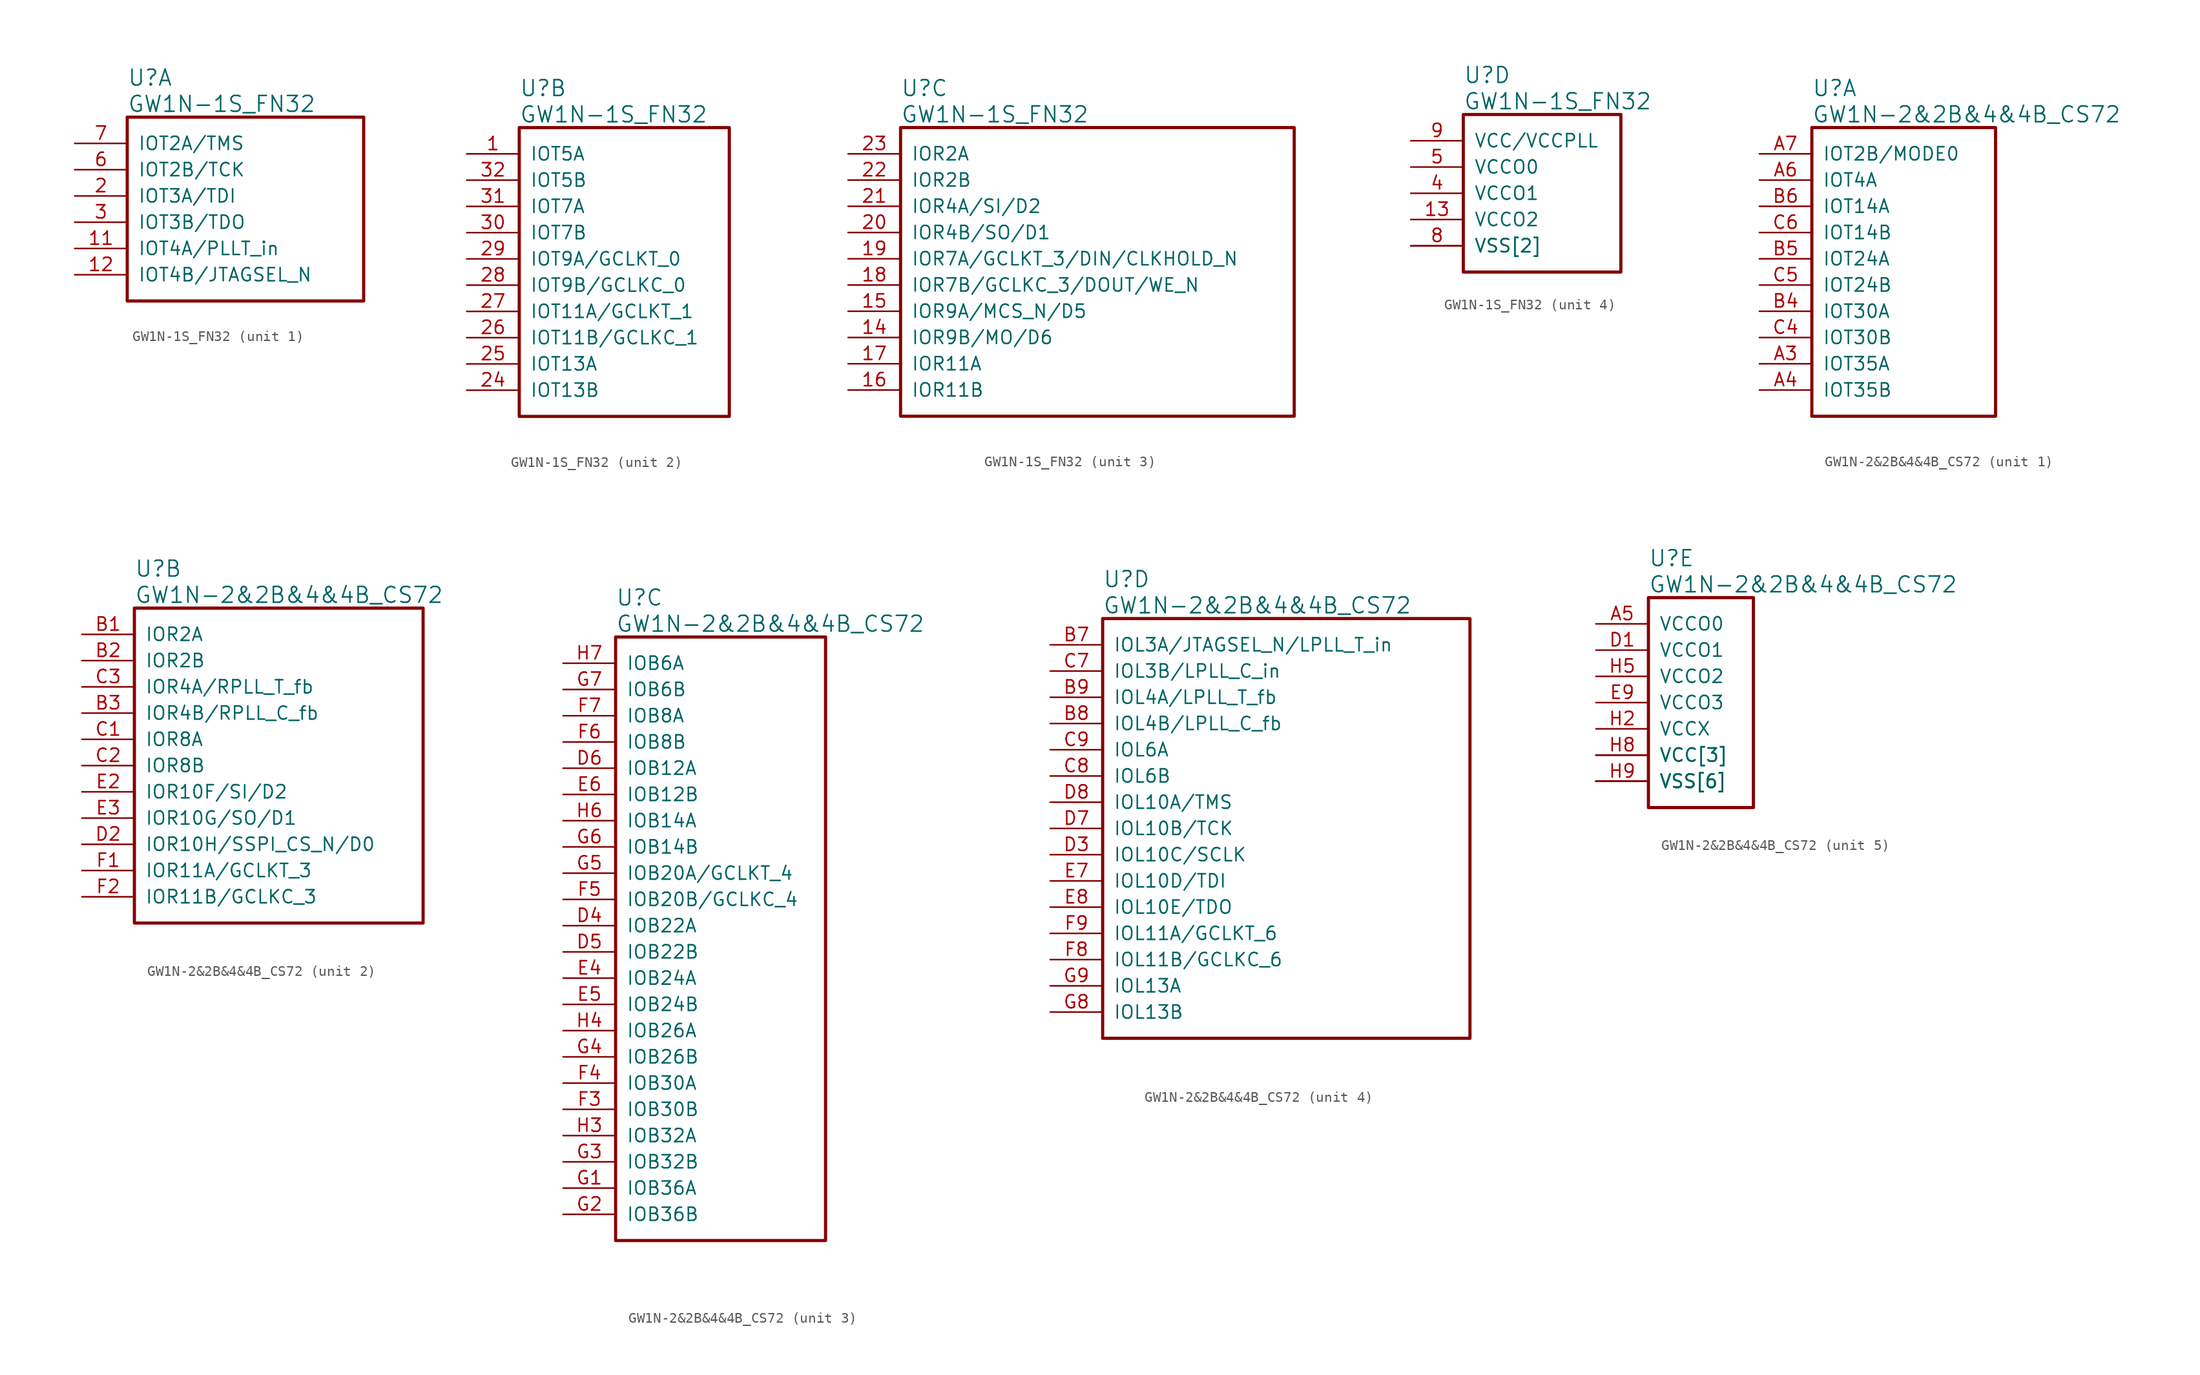
<source format=kicad_sym>
(kicad_symbol_lib
  (version 20241209)
  (generator "kicad_symbol_editor")
  (generator_version "9.0")
  (symbol "GW1N-1S_FN32"
    (pin_names
      (offset 1.016))
    (property "Reference" "U"
      (at 5.08 6.35 0)
      (effects (font (size 1.524 1.524)) (justify left)))
    (property "Value" "GW1N-1S_FN32"
      (at 5.08 3.81 0)
      (effects (font (size 1.524 1.524)) (justify left)))
    (property "ki_locked" ""
      (at 0 0 0)
      (effects (font (size 1.27 1.27))))
    (symbol "GW1N-1S_FN32_1_1"
      (rectangle (start 5.08 2.54) (end 27.94 -15.24) (stroke (width 0.305) (type solid)) (fill (type none)))
      (pin bidirectional line (at 0 0 0) (length 5.08) (name "IOT2A/TMS" (effects (font (size 1.27 1.27)))) (number "7" (effects (font (size 1.27 1.27)))))
      (pin bidirectional line (at 0 -2.54 0) (length 5.08) (name "IOT2B/TCK" (effects (font (size 1.27 1.27)))) (number "6" (effects (font (size 1.27 1.27)))))
      (pin bidirectional line (at 0 -5.08 0) (length 5.08) (name "IOT3A/TDI" (effects (font (size 1.27 1.27)))) (number "2" (effects (font (size 1.27 1.27)))))
      (pin bidirectional line (at 0 -7.62 0) (length 5.08) (name "IOT3B/TDO" (effects (font (size 1.27 1.27)))) (number "3" (effects (font (size 1.27 1.27)))))
      (pin bidirectional line (at 0 -10.16 0) (length 5.08) (name "IOT4A/PLLT_in" (effects (font (size 1.27 1.27)))) (number "11" (effects (font (size 1.27 1.27)))))
      (pin bidirectional line (at 0 -12.7 0) (length 5.08) (name "IOT4B/JTAGSEL_N" (effects (font (size 1.27 1.27)))) (number "12" (effects (font (size 1.27 1.27))))))
    (symbol "GW1N-1S_FN32_2_1"
      (rectangle (start 5.08 2.54) (end 25.4 -25.4) (stroke (width 0.305) (type solid)) (fill (type none)))
      (pin bidirectional line (at 0 0 0) (length 5.08) (name "IOT5A" (effects (font (size 1.27 1.27)))) (number "1" (effects (font (size 1.27 1.27)))))
      (pin bidirectional line (at 0 -2.54 0) (length 5.08) (name "IOT5B" (effects (font (size 1.27 1.27)))) (number "32" (effects (font (size 1.27 1.27)))))
      (pin bidirectional line (at 0 -5.08 0) (length 5.08) (name "IOT7A" (effects (font (size 1.27 1.27)))) (number "31" (effects (font (size 1.27 1.27)))))
      (pin bidirectional line (at 0 -7.62 0) (length 5.08) (name "IOT7B" (effects (font (size 1.27 1.27)))) (number "30" (effects (font (size 1.27 1.27)))))
      (pin bidirectional line (at 0 -10.16 0) (length 5.08) (name "IOT9A/GCLKT_0" (effects (font (size 1.27 1.27)))) (number "29" (effects (font (size 1.27 1.27)))))
      (pin bidirectional line (at 0 -12.7 0) (length 5.08) (name "IOT9B/GCLKC_0" (effects (font (size 1.27 1.27)))) (number "28" (effects (font (size 1.27 1.27)))))
      (pin bidirectional line (at 0 -15.24 0) (length 5.08) (name "IOT11A/GCLKT_1" (effects (font (size 1.27 1.27)))) (number "27" (effects (font (size 1.27 1.27)))))
      (pin bidirectional line (at 0 -17.78 0) (length 5.08) (name "IOT11B/GCLKC_1" (effects (font (size 1.27 1.27)))) (number "26" (effects (font (size 1.27 1.27)))))
      (pin bidirectional line (at 0 -20.32 0) (length 5.08) (name "IOT13A" (effects (font (size 1.27 1.27)))) (number "25" (effects (font (size 1.27 1.27)))))
      (pin bidirectional line (at 0 -22.86 0) (length 5.08) (name "IOT13B" (effects (font (size 1.27 1.27)))) (number "24" (effects (font (size 1.27 1.27))))))
    (symbol "GW1N-1S_FN32_3_1"
      (rectangle (start 5.08 2.54) (end 43.18 -25.4) (stroke (width 0.305) (type solid)) (fill (type none)))
      (pin bidirectional line (at 0 0 0) (length 5.08) (name "IOR2A" (effects (font (size 1.27 1.27)))) (number "23" (effects (font (size 1.27 1.27)))))
      (pin bidirectional line (at 0 -2.54 0) (length 5.08) (name "IOR2B" (effects (font (size 1.27 1.27)))) (number "22" (effects (font (size 1.27 1.27)))))
      (pin bidirectional line (at 0 -5.08 0) (length 5.08) (name "IOR4A/SI/D2" (effects (font (size 1.27 1.27)))) (number "21" (effects (font (size 1.27 1.27)))))
      (pin bidirectional line (at 0 -7.62 0) (length 5.08) (name "IOR4B/SO/D1" (effects (font (size 1.27 1.27)))) (number "20" (effects (font (size 1.27 1.27)))))
      (pin bidirectional line (at 0 -10.16 0) (length 5.08) (name "IOR7A/GCLKT_3/DIN/CLKHOLD_N" (effects (font (size 1.27 1.27)))) (number "19" (effects (font (size 1.27 1.27)))))
      (pin bidirectional line (at 0 -12.7 0) (length 5.08) (name "IOR7B/GCLKC_3/DOUT/WE_N" (effects (font (size 1.27 1.27)))) (number "18" (effects (font (size 1.27 1.27)))))
      (pin bidirectional line (at 0 -15.24 0) (length 5.08) (name "IOR9A/MCS_N/D5" (effects (font (size 1.27 1.27)))) (number "15" (effects (font (size 1.27 1.27)))))
      (pin bidirectional line (at 0 -17.78 0) (length 5.08) (name "IOR9B/MO/D6" (effects (font (size 1.27 1.27)))) (number "14" (effects (font (size 1.27 1.27)))))
      (pin bidirectional line (at 0 -20.32 0) (length 5.08) (name "IOR11A" (effects (font (size 1.27 1.27)))) (number "17" (effects (font (size 1.27 1.27)))))
      (pin bidirectional line (at 0 -22.86 0) (length 5.08) (name "IOR11B" (effects (font (size 1.27 1.27)))) (number "16" (effects (font (size 1.27 1.27))))))
    (symbol "GW1N-1S_FN32_4_1"
      (rectangle (start 5.08 2.54) (end 20.32 -12.7) (stroke (width 0.305) (type solid)) (fill (type none)))
      (pin power_in line (at 0 0 0) (length 5.08) (name "VCC/VCCPLL" (effects (font (size 1.27 1.27)))) (number "9" (effects (font (size 1.27 1.27)))))
      (pin power_in line (at 0 -2.54 0) (length 5.08) (name "VCCO0" (effects (font (size 1.27 1.27)))) (number "5" (effects (font (size 1.27 1.27)))))
      (pin power_in line (at 0 -5.08 0) (length 5.08) (name "VCCO1" (effects (font (size 1.27 1.27)))) (number "4" (effects (font (size 1.27 1.27)))))
      (pin power_in line (at 0 -7.62 0) (length 5.08) (name "VCCO2" (effects (font (size 1.27 1.27)))) (number "13" (effects (font (size 1.27 1.27)))))
      (pin power_in line (at 0 -10.16 0) (length 5.08) (name "VSS[2]" (effects (font (size 1.27 1.27)))) (number "10" (effects (font (size 0 0)))))
      (pin power_in line (at 0 -10.16 0) (length 5.08) (name "VSS[2]" (effects (font (size 1.27 1.27)))) (number "8" (effects (font (size 1.27 1.27)))))))
  (symbol "GW1N-2&2B&4&4B_CS72"
    (pin_names
      (offset 1.016))
    (property "Reference" "U"
      (at 5.08 6.35 0)
      (effects (font (size 1.524 1.524)) (justify left)))
    (property "Value" "GW1N-2&2B&4&4B_CS72"
      (at 5.08 3.81 0)
      (effects (font (size 1.524 1.524)) (justify left)))
    (property "ki_locked" ""
      (at 0 0 0)
      (effects (font (size 1.27 1.27))))
    (symbol "GW1N-2&2B&4&4B_CS72_1_1"
      (rectangle (start 5.08 2.54) (end 22.86 -25.4) (stroke (width 0.305) (type solid)) (fill (type none)))
      (pin bidirectional line (at 0 0 0) (length 5.08) (name "IOT2B/MODE0" (effects (font (size 1.27 1.27)))) (number "A7" (effects (font (size 1.27 1.27)))))
      (pin bidirectional line (at 0 -2.54 0) (length 5.08) (name "IOT4A" (effects (font (size 1.27 1.27)))) (number "A6" (effects (font (size 1.27 1.27)))))
      (pin bidirectional line (at 0 -5.08 0) (length 5.08) (name "IOT14A" (effects (font (size 1.27 1.27)))) (number "B6" (effects (font (size 1.27 1.27)))))
      (pin bidirectional line (at 0 -7.62 0) (length 5.08) (name "IOT14B" (effects (font (size 1.27 1.27)))) (number "C6" (effects (font (size 1.27 1.27)))))
      (pin bidirectional line (at 0 -10.16 0) (length 5.08) (name "IOT24A" (effects (font (size 1.27 1.27)))) (number "B5" (effects (font (size 1.27 1.27)))))
      (pin bidirectional line (at 0 -12.7 0) (length 5.08) (name "IOT24B" (effects (font (size 1.27 1.27)))) (number "C5" (effects (font (size 1.27 1.27)))))
      (pin bidirectional line (at 0 -15.24 0) (length 5.08) (name "IOT30A" (effects (font (size 1.27 1.27)))) (number "B4" (effects (font (size 1.27 1.27)))))
      (pin bidirectional line (at 0 -17.78 0) (length 5.08) (name "IOT30B" (effects (font (size 1.27 1.27)))) (number "C4" (effects (font (size 1.27 1.27)))))
      (pin bidirectional line (at 0 -20.32 0) (length 5.08) (name "IOT35A" (effects (font (size 1.27 1.27)))) (number "A3" (effects (font (size 1.27 1.27)))))
      (pin bidirectional line (at 0 -22.86 0) (length 5.08) (name "IOT35B" (effects (font (size 1.27 1.27)))) (number "A4" (effects (font (size 1.27 1.27))))))
    (symbol "GW1N-2&2B&4&4B_CS72_2_1"
      (rectangle (start 5.08 2.54) (end 33.02 -27.94) (stroke (width 0.305) (type solid)) (fill (type none)))
      (pin bidirectional line (at 0 0 0) (length 5.08) (name "IOR2A" (effects (font (size 1.27 1.27)))) (number "B1" (effects (font (size 1.27 1.27)))))
      (pin bidirectional line (at 0 -2.54 0) (length 5.08) (name "IOR2B" (effects (font (size 1.27 1.27)))) (number "B2" (effects (font (size 1.27 1.27)))))
      (pin bidirectional line (at 0 -5.08 0) (length 5.08) (name "IOR4A/RPLL_T_fb" (effects (font (size 1.27 1.27)))) (number "C3" (effects (font (size 1.27 1.27)))))
      (pin bidirectional line (at 0 -7.62 0) (length 5.08) (name "IOR4B/RPLL_C_fb" (effects (font (size 1.27 1.27)))) (number "B3" (effects (font (size 1.27 1.27)))))
      (pin bidirectional line (at 0 -10.16 0) (length 5.08) (name "IOR8A" (effects (font (size 1.27 1.27)))) (number "C1" (effects (font (size 1.27 1.27)))))
      (pin bidirectional line (at 0 -12.7 0) (length 5.08) (name "IOR8B" (effects (font (size 1.27 1.27)))) (number "C2" (effects (font (size 1.27 1.27)))))
      (pin bidirectional line (at 0 -15.24 0) (length 5.08) (name "IOR10F/SI/D2" (effects (font (size 1.27 1.27)))) (number "E2" (effects (font (size 1.27 1.27)))))
      (pin bidirectional line (at 0 -17.78 0) (length 5.08) (name "IOR10G/SO/D1" (effects (font (size 1.27 1.27)))) (number "E3" (effects (font (size 1.27 1.27)))))
      (pin bidirectional line (at 0 -20.32 0) (length 5.08) (name "IOR10H/SSPI_CS_N/D0" (effects (font (size 1.27 1.27)))) (number "D2" (effects (font (size 1.27 1.27)))))
      (pin bidirectional line (at 0 -22.86 0) (length 5.08) (name "IOR11A/GCLKT_3" (effects (font (size 1.27 1.27)))) (number "F1" (effects (font (size 1.27 1.27)))))
      (pin bidirectional line (at 0 -25.4 0) (length 5.08) (name "IOR11B/GCLKC_3" (effects (font (size 1.27 1.27)))) (number "F2" (effects (font (size 1.27 1.27))))))
    (symbol "GW1N-2&2B&4&4B_CS72_3_1"
      (rectangle (start 5.08 2.54) (end 25.4 -55.88) (stroke (width 0.305) (type solid)) (fill (type none)))
      (pin bidirectional line (at 0 0 0) (length 5.08) (name "IOB6A" (effects (font (size 1.27 1.27)))) (number "H7" (effects (font (size 1.27 1.27)))))
      (pin bidirectional line (at 0 -2.54 0) (length 5.08) (name "IOB6B" (effects (font (size 1.27 1.27)))) (number "G7" (effects (font (size 1.27 1.27)))))
      (pin bidirectional line (at 0 -5.08 0) (length 5.08) (name "IOB8A" (effects (font (size 1.27 1.27)))) (number "F7" (effects (font (size 1.27 1.27)))))
      (pin bidirectional line (at 0 -7.62 0) (length 5.08) (name "IOB8B" (effects (font (size 1.27 1.27)))) (number "F6" (effects (font (size 1.27 1.27)))))
      (pin bidirectional line (at 0 -10.16 0) (length 5.08) (name "IOB12A" (effects (font (size 1.27 1.27)))) (number "D6" (effects (font (size 1.27 1.27)))))
      (pin bidirectional line (at 0 -12.7 0) (length 5.08) (name "IOB12B" (effects (font (size 1.27 1.27)))) (number "E6" (effects (font (size 1.27 1.27)))))
      (pin bidirectional line (at 0 -15.24 0) (length 5.08) (name "IOB14A" (effects (font (size 1.27 1.27)))) (number "H6" (effects (font (size 1.27 1.27)))))
      (pin bidirectional line (at 0 -17.78 0) (length 5.08) (name "IOB14B" (effects (font (size 1.27 1.27)))) (number "G6" (effects (font (size 1.27 1.27)))))
      (pin bidirectional line (at 0 -20.32 0) (length 5.08) (name "IOB20A/GCLKT_4" (effects (font (size 1.27 1.27)))) (number "G5" (effects (font (size 1.27 1.27)))))
      (pin bidirectional line (at 0 -22.86 0) (length 5.08) (name "IOB20B/GCLKC_4" (effects (font (size 1.27 1.27)))) (number "F5" (effects (font (size 1.27 1.27)))))
      (pin bidirectional line (at 0 -25.4 0) (length 5.08) (name "IOB22A" (effects (font (size 1.27 1.27)))) (number "D4" (effects (font (size 1.27 1.27)))))
      (pin bidirectional line (at 0 -27.94 0) (length 5.08) (name "IOB22B" (effects (font (size 1.27 1.27)))) (number "D5" (effects (font (size 1.27 1.27)))))
      (pin bidirectional line (at 0 -30.48 0) (length 5.08) (name "IOB24A" (effects (font (size 1.27 1.27)))) (number "E4" (effects (font (size 1.27 1.27)))))
      (pin bidirectional line (at 0 -33.02 0) (length 5.08) (name "IOB24B" (effects (font (size 1.27 1.27)))) (number "E5" (effects (font (size 1.27 1.27)))))
      (pin bidirectional line (at 0 -35.56 0) (length 5.08) (name "IOB26A" (effects (font (size 1.27 1.27)))) (number "H4" (effects (font (size 1.27 1.27)))))
      (pin bidirectional line (at 0 -38.1 0) (length 5.08) (name "IOB26B" (effects (font (size 1.27 1.27)))) (number "G4" (effects (font (size 1.27 1.27)))))
      (pin bidirectional line (at 0 -40.64 0) (length 5.08) (name "IOB30A" (effects (font (size 1.27 1.27)))) (number "F4" (effects (font (size 1.27 1.27)))))
      (pin bidirectional line (at 0 -43.18 0) (length 5.08) (name "IOB30B" (effects (font (size 1.27 1.27)))) (number "F3" (effects (font (size 1.27 1.27)))))
      (pin bidirectional line (at 0 -45.72 0) (length 5.08) (name "IOB32A" (effects (font (size 1.27 1.27)))) (number "H3" (effects (font (size 1.27 1.27)))))
      (pin bidirectional line (at 0 -48.26 0) (length 5.08) (name "IOB32B" (effects (font (size 1.27 1.27)))) (number "G3" (effects (font (size 1.27 1.27)))))
      (pin bidirectional line (at 0 -50.8 0) (length 5.08) (name "IOB36A" (effects (font (size 1.27 1.27)))) (number "G1" (effects (font (size 1.27 1.27)))))
      (pin bidirectional line (at 0 -53.34 0) (length 5.08) (name "IOB36B" (effects (font (size 1.27 1.27)))) (number "G2" (effects (font (size 1.27 1.27))))))
    (symbol "GW1N-2&2B&4&4B_CS72_4_1"
      (rectangle (start 5.08 2.54) (end 40.64 -38.1) (stroke (width 0.305) (type solid)) (fill (type none)))
      (pin bidirectional line (at 0 0 0) (length 5.08) (name "IOL3A/JTAGSEL_N/LPLL_T_in" (effects (font (size 1.27 1.27)))) (number "B7" (effects (font (size 1.27 1.27)))))
      (pin bidirectional line (at 0 -2.54 0) (length 5.08) (name "IOL3B/LPLL_C_in" (effects (font (size 1.27 1.27)))) (number "C7" (effects (font (size 1.27 1.27)))))
      (pin bidirectional line (at 0 -5.08 0) (length 5.08) (name "IOL4A/LPLL_T_fb" (effects (font (size 1.27 1.27)))) (number "B9" (effects (font (size 1.27 1.27)))))
      (pin bidirectional line (at 0 -7.62 0) (length 5.08) (name "IOL4B/LPLL_C_fb" (effects (font (size 1.27 1.27)))) (number "B8" (effects (font (size 1.27 1.27)))))
      (pin bidirectional line (at 0 -10.16 0) (length 5.08) (name "IOL6A" (effects (font (size 1.27 1.27)))) (number "C9" (effects (font (size 1.27 1.27)))))
      (pin bidirectional line (at 0 -12.7 0) (length 5.08) (name "IOL6B" (effects (font (size 1.27 1.27)))) (number "C8" (effects (font (size 1.27 1.27)))))
      (pin bidirectional line (at 0 -15.24 0) (length 5.08) (name "IOL10A/TMS" (effects (font (size 1.27 1.27)))) (number "D8" (effects (font (size 1.27 1.27)))))
      (pin bidirectional line (at 0 -17.78 0) (length 5.08) (name "IOL10B/TCK" (effects (font (size 1.27 1.27)))) (number "D7" (effects (font (size 1.27 1.27)))))
      (pin bidirectional line (at 0 -20.32 0) (length 5.08) (name "IOL10C/SCLK" (effects (font (size 1.27 1.27)))) (number "D3" (effects (font (size 1.27 1.27)))))
      (pin bidirectional line (at 0 -22.86 0) (length 5.08) (name "IOL10D/TDI" (effects (font (size 1.27 1.27)))) (number "E7" (effects (font (size 1.27 1.27)))))
      (pin bidirectional line (at 0 -25.4 0) (length 5.08) (name "IOL10E/TDO" (effects (font (size 1.27 1.27)))) (number "E8" (effects (font (size 1.27 1.27)))))
      (pin bidirectional line (at 0 -27.94 0) (length 5.08) (name "IOL11A/GCLKT_6" (effects (font (size 1.27 1.27)))) (number "F9" (effects (font (size 1.27 1.27)))))
      (pin bidirectional line (at 0 -30.48 0) (length 5.08) (name "IOL11B/GCLKC_6" (effects (font (size 1.27 1.27)))) (number "F8" (effects (font (size 1.27 1.27)))))
      (pin bidirectional line (at 0 -33.02 0) (length 5.08) (name "IOL13A" (effects (font (size 1.27 1.27)))) (number "G9" (effects (font (size 1.27 1.27)))))
      (pin bidirectional line (at 0 -35.56 0) (length 5.08) (name "IOL13B" (effects (font (size 1.27 1.27)))) (number "G8" (effects (font (size 1.27 1.27))))))
    (symbol "GW1N-2&2B&4&4B_CS72_5_1"
      (rectangle (start 5.08 2.54) (end 15.24 -17.78) (stroke (width 0.305) (type solid)) (fill (type none)))
      (pin power_in line (at 0 0 0) (length 5.08) (name "VCCO0" (effects (font (size 1.27 1.27)))) (number "A5" (effects (font (size 1.27 1.27)))))
      (pin power_in line (at 0 -2.54 0) (length 5.08) (name "VCCO1" (effects (font (size 1.27 1.27)))) (number "D1" (effects (font (size 1.27 1.27)))))
      (pin power_in line (at 0 -5.08 0) (length 5.08) (name "VCCO2" (effects (font (size 1.27 1.27)))) (number "H5" (effects (font (size 1.27 1.27)))))
      (pin power_in line (at 0 -7.62 0) (length 5.08) (name "VCCO3" (effects (font (size 1.27 1.27)))) (number "E9" (effects (font (size 1.27 1.27)))))
      (pin power_in line (at 0 -10.16 0) (length 5.08) (name "VCCX" (effects (font (size 1.27 1.27)))) (number "H2" (effects (font (size 1.27 1.27)))))
      (pin power_in line (at 0 -12.7 0) (length 5.08) (name "VCC[3]" (effects (font (size 1.27 1.27)))) (number "A2" (effects (font (size 0 0)))))
      (pin power_in line (at 0 -12.7 0) (length 5.08) (name "VCC[3]" (effects (font (size 1.27 1.27)))) (number "A8" (effects (font (size 0 0)))))
      (pin power_in line (at 0 -12.7 0) (length 5.08) (name "VCC[3]" (effects (font (size 1.27 1.27)))) (number "H8" (effects (font (size 1.27 1.27)))))
      (pin power_in line (at 0 -15.24 0) (length 5.08) (name "VSS[6]" (effects (font (size 1.27 1.27)))) (number "A1" (effects (font (size 0 0)))))
      (pin power_in line (at 0 -15.24 0) (length 5.08) (name "VSS[6]" (effects (font (size 1.27 1.27)))) (number "A9" (effects (font (size 0 0)))))
      (pin power_in line (at 0 -15.24 0) (length 5.08) (name "VSS[6]" (effects (font (size 1.27 1.27)))) (number "D9" (effects (font (size 0 0)))))
      (pin power_in line (at 0 -15.24 0) (length 5.08) (name "VSS[6]" (effects (font (size 1.27 1.27)))) (number "E1" (effects (font (size 0 0)))))
      (pin power_in line (at 0 -15.24 0) (length 5.08) (name "VSS[6]" (effects (font (size 1.27 1.27)))) (number "H1" (effects (font (size 0 0)))))
      (pin power_in line (at 0 -15.24 0) (length 5.08) (name "VSS[6]" (effects (font (size 1.27 1.27)))) (number "H9" (effects (font (size 1.27 1.27))))))))
</source>
